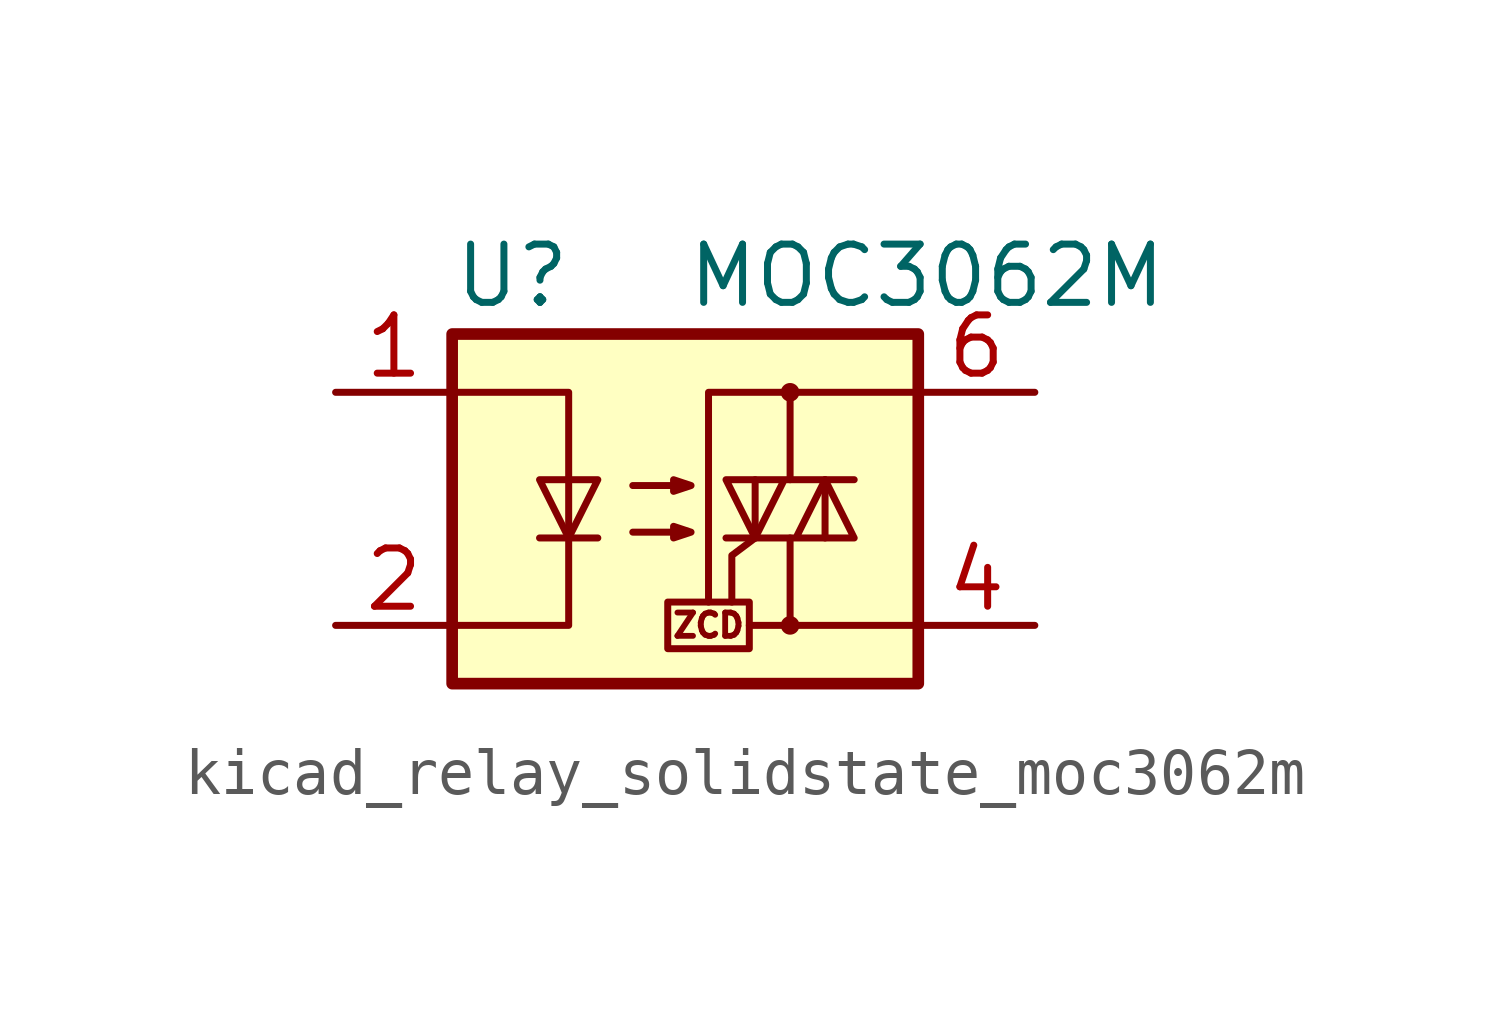
<source format=kicad_sym>
(kicad_symbol_lib
  (version 20220914)
  (generator kicad_symbol_editor)
  (symbol "kicad_relay_solidstate_moc3062m"
    (property "Reference" "U"
      (at -5.08 5.08 0)
      (effects (font (size 1.27 1.27)) (justify left)))
    (property "Value" "MOC3062M"
      (at 0 5.08 0)
      (effects (font (size 1.27 1.27)) (justify left)))
    (symbol "kicad_relay_solidstate_moc3062m_0_0"
      (rectangle (start -0.381 -2.032) (end 1.397 -3.048) (stroke (width 0) (type default)) (fill (type none)))
      (polyline (pts (xy 2.286 -2.54) (xy 1.397 -2.54)) (stroke (width 0) (type default)) (fill (type none)))
      (polyline (pts (xy 1.524 -0.635) (xy 1.016 -1.016) (xy 1.016 -2.032)) (stroke (width 0) (type default)) (fill (type none)))
      (text "ZCD" (at 0.508 -2.54 0) (effects (font (size 0.508 0.508)))))
    (symbol "kicad_relay_solidstate_moc3062m_0_1"
      (rectangle (start -5.08 3.81) (end 5.08 -3.81) (stroke (width 0.254) (type default)) (fill (type background)))
      (polyline (pts (xy -3.175 -0.635) (xy -1.905 -0.635)) (stroke (width 0) (type default)) (fill (type none)))
      (polyline (pts (xy 1.524 -0.635) (xy 1.524 0.635)) (stroke (width 0) (type default)) (fill (type none)))
      (polyline (pts (xy 3.048 0.635) (xy 3.048 -0.635)) (stroke (width 0) (type default)) (fill (type none)))
      (polyline (pts (xy 2.286 -0.635) (xy 2.286 -2.54) (xy 5.08 -2.54)) (stroke (width 0) (type default)) (fill (type none)))
      (polyline (pts (xy 2.286 0.635) (xy 2.286 2.54) (xy 5.08 2.54)) (stroke (width 0) (type default)) (fill (type none)))
      (polyline (pts (xy 2.286 2.54) (xy 0.508 2.54) (xy 0.508 -2.032)) (stroke (width 0) (type default)) (fill (type none)))
      (polyline (pts (xy -5.08 2.54) (xy -2.54 2.54) (xy -2.54 -2.54) (xy -5.08 -2.54)) (stroke (width 0) (type default)) (fill (type none)))
      (polyline (pts (xy -2.54 -0.635) (xy -3.175 0.635) (xy -1.905 0.635) (xy -2.54 -0.635)) (stroke (width 0) (type default)) (fill (type none)))
      (polyline (pts (xy 0.889 -0.635) (xy 3.683 -0.635) (xy 3.048 0.635) (xy 2.413 -0.635)) (stroke (width 0) (type default)) (fill (type none)))
      (polyline (pts (xy 3.683 0.635) (xy 0.889 0.635) (xy 1.524 -0.635) (xy 2.159 0.635)) (stroke (width 0) (type default)) (fill (type none)))
      (polyline (pts (xy -1.143 -0.508) (xy 0.127 -0.508) (xy -0.254 -0.635) (xy -0.254 -0.381) (xy 0.127 -0.508)) (stroke (width 0) (type default)) (fill (type none)))
      (polyline (pts (xy -1.143 0.508) (xy 0.127 0.508) (xy -0.254 0.381) (xy -0.254 0.635) (xy 0.127 0.508)) (stroke (width 0) (type default)) (fill (type none)))
      (circle (center 2.286 -2.54) (radius 0.127) (stroke (width 0) (type default)) (fill (type none)))
      (circle (center 2.286 2.54) (radius 0.127) (stroke (width 0) (type default)) (fill (type none))))
    (symbol "kicad_relay_solidstate_moc3062m_1_1"
      (pin passive line (at -7.62 2.54 0) (length 2.54) (name "~" (effects (font (size 1.27 1.27)))) (number "1" (effects (font (size 1.27 1.27)))))
      (pin passive line (at -7.62 -2.54 0) (length 2.54) (name "~" (effects (font (size 1.27 1.27)))) (number "2" (effects (font (size 1.27 1.27)))))
      (pin no_connect line (at -5.08 0 0) (length 2.54) hide (name "NC" (effects (font (size 1.27 1.27)))) (number "3" (effects (font (size 1.27 1.27)))))
      (pin passive line (at 7.62 -2.54 180) (length 2.54) (name "~" (effects (font (size 1.27 1.27)))) (number "4" (effects (font (size 1.27 1.27)))))
      (pin no_connect line (at 5.08 0 180) (length 2.54) hide (name "NC" (effects (font (size 1.27 1.27)))) (number "5" (effects (font (size 1.27 1.27)))))
      (pin passive line (at 7.62 2.54 180) (length 2.54) (name "~" (effects (font (size 1.27 1.27)))) (number "6" (effects (font (size 1.27 1.27))))))))
</source>
